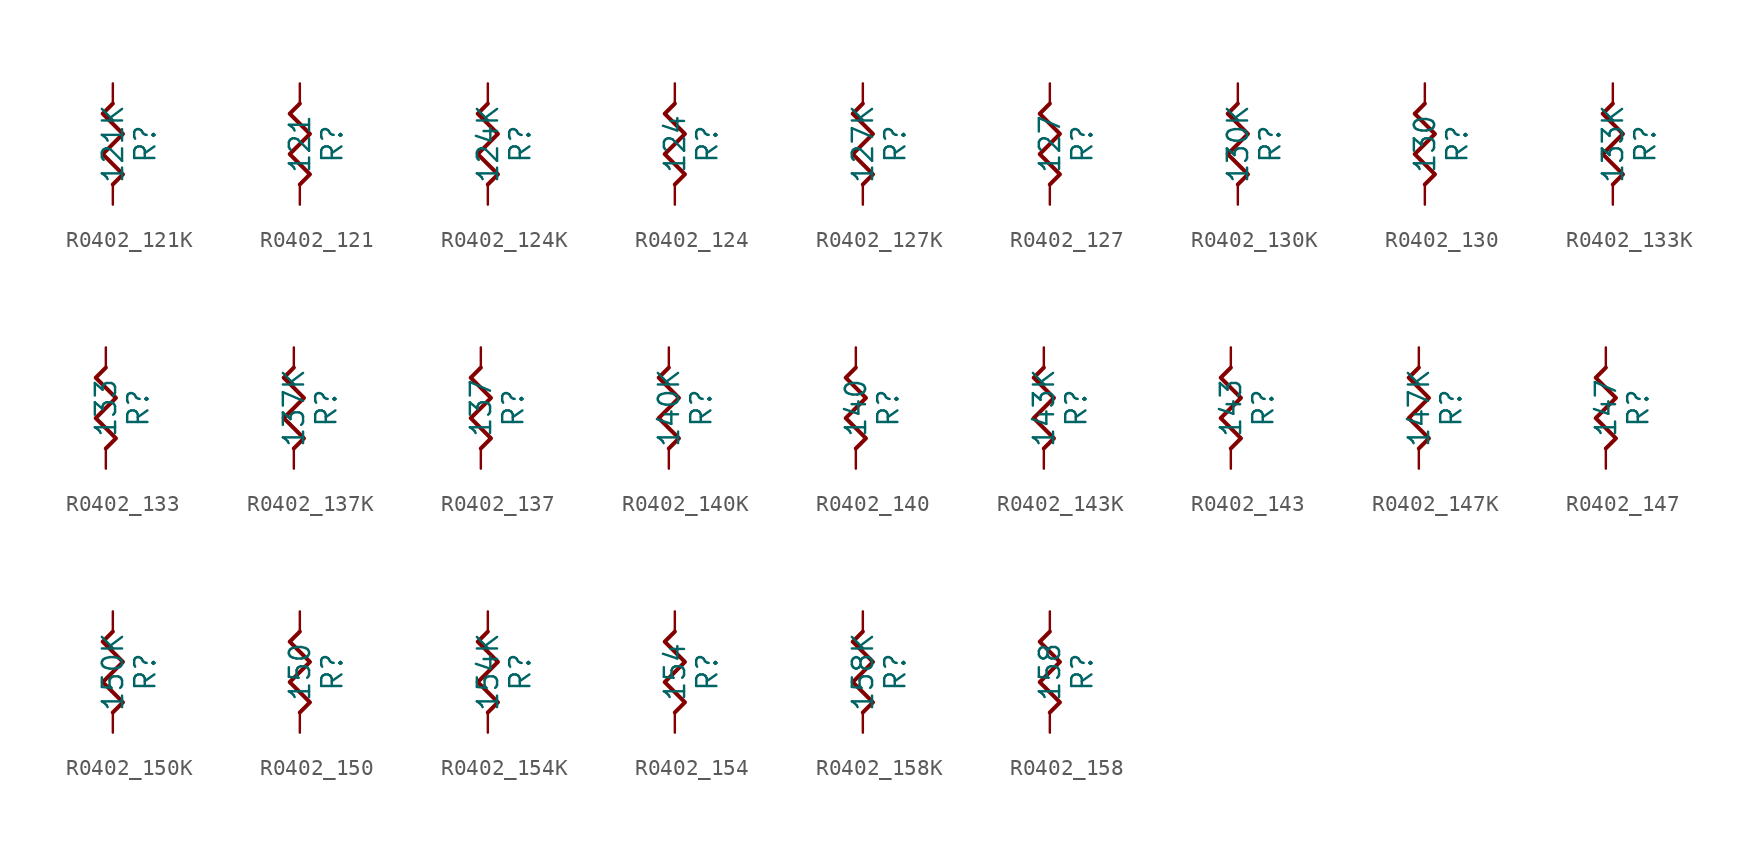
<source format=kicad_sym>
(kicad_symbol_lib
  (version 20211014)
  (generator atlantix-eda)
  (symbol "R0402_121K"
    (pin_numbers hide)
    (pin_names
      (offset 0))
    (property "Reference" "R"
      (at 2.032 0 90)
      (effects (font (size 1.27 1.27))))
    (property "Value" "121K"
      (at 0 0 90)
      (effects (font (size 1.27 1.27))))
    (symbol "R0402_121K_0_1"
      (polyline (pts (xy 0 -2.54) (xy 0.635 -1.905) (xy -0.635 -0.635) (xy 0.635 0.635) (xy -0.635 1.905) (xy 0 2.54)) (stroke (width 0.254) (type default) (color 0 0 0 0)) (fill (type none))))
    (symbol "R0402_121K_1_1"
      (pin passive line (at 0 3.81 270) (length 1.27) (name "~" (effects (font (size 1.27 1.27)))) (number "1" (effects (font (size 1.27 1.27)))))
      (pin passive line (at 0 -3.81 90) (length 1.27) (name "~" (effects (font (size 1.27 1.27)))) (number "2" (effects (font (size 1.27 1.27)))))))
  (symbol "R0402_121"
    (pin_numbers hide)
    (pin_names
      (offset 0))
    (property "Reference" "R"
      (at 2.032 0 90)
      (effects (font (size 1.27 1.27))))
    (property "Value" "121"
      (at 0 0 90)
      (effects (font (size 1.27 1.27))))
    (symbol "R0402_121_0_1"
      (polyline (pts (xy 0 -2.54) (xy 0.635 -1.905) (xy -0.635 -0.635) (xy 0.635 0.635) (xy -0.635 1.905) (xy 0 2.54)) (stroke (width 0.254) (type default) (color 0 0 0 0)) (fill (type none))))
    (symbol "R0402_121_1_1"
      (pin passive line (at 0 3.81 270) (length 1.27) (name "~" (effects (font (size 1.27 1.27)))) (number "1" (effects (font (size 1.27 1.27)))))
      (pin passive line (at 0 -3.81 90) (length 1.27) (name "~" (effects (font (size 1.27 1.27)))) (number "2" (effects (font (size 1.27 1.27)))))))
  (symbol "R0402_124K"
    (pin_numbers hide)
    (pin_names
      (offset 0))
    (property "Reference" "R"
      (at 2.032 0 90)
      (effects (font (size 1.27 1.27))))
    (property "Value" "124K"
      (at 0 0 90)
      (effects (font (size 1.27 1.27))))
    (symbol "R0402_124K_0_1"
      (polyline (pts (xy 0 -2.54) (xy 0.635 -1.905) (xy -0.635 -0.635) (xy 0.635 0.635) (xy -0.635 1.905) (xy 0 2.54)) (stroke (width 0.254) (type default) (color 0 0 0 0)) (fill (type none))))
    (symbol "R0402_124K_1_1"
      (pin passive line (at 0 3.81 270) (length 1.27) (name "~" (effects (font (size 1.27 1.27)))) (number "1" (effects (font (size 1.27 1.27)))))
      (pin passive line (at 0 -3.81 90) (length 1.27) (name "~" (effects (font (size 1.27 1.27)))) (number "2" (effects (font (size 1.27 1.27)))))))
  (symbol "R0402_124"
    (pin_numbers hide)
    (pin_names
      (offset 0))
    (property "Reference" "R"
      (at 2.032 0 90)
      (effects (font (size 1.27 1.27))))
    (property "Value" "124"
      (at 0 0 90)
      (effects (font (size 1.27 1.27))))
    (symbol "R0402_124_0_1"
      (polyline (pts (xy 0 -2.54) (xy 0.635 -1.905) (xy -0.635 -0.635) (xy 0.635 0.635) (xy -0.635 1.905) (xy 0 2.54)) (stroke (width 0.254) (type default) (color 0 0 0 0)) (fill (type none))))
    (symbol "R0402_124_1_1"
      (pin passive line (at 0 3.81 270) (length 1.27) (name "~" (effects (font (size 1.27 1.27)))) (number "1" (effects (font (size 1.27 1.27)))))
      (pin passive line (at 0 -3.81 90) (length 1.27) (name "~" (effects (font (size 1.27 1.27)))) (number "2" (effects (font (size 1.27 1.27)))))))
  (symbol "R0402_127K"
    (pin_numbers hide)
    (pin_names
      (offset 0))
    (property "Reference" "R"
      (at 2.032 0 90)
      (effects (font (size 1.27 1.27))))
    (property "Value" "127K"
      (at 0 0 90)
      (effects (font (size 1.27 1.27))))
    (symbol "R0402_127K_0_1"
      (polyline (pts (xy 0 -2.54) (xy 0.635 -1.905) (xy -0.635 -0.635) (xy 0.635 0.635) (xy -0.635 1.905) (xy 0 2.54)) (stroke (width 0.254) (type default) (color 0 0 0 0)) (fill (type none))))
    (symbol "R0402_127K_1_1"
      (pin passive line (at 0 3.81 270) (length 1.27) (name "~" (effects (font (size 1.27 1.27)))) (number "1" (effects (font (size 1.27 1.27)))))
      (pin passive line (at 0 -3.81 90) (length 1.27) (name "~" (effects (font (size 1.27 1.27)))) (number "2" (effects (font (size 1.27 1.27)))))))
  (symbol "R0402_127"
    (pin_numbers hide)
    (pin_names
      (offset 0))
    (property "Reference" "R"
      (at 2.032 0 90)
      (effects (font (size 1.27 1.27))))
    (property "Value" "127"
      (at 0 0 90)
      (effects (font (size 1.27 1.27))))
    (symbol "R0402_127_0_1"
      (polyline (pts (xy 0 -2.54) (xy 0.635 -1.905) (xy -0.635 -0.635) (xy 0.635 0.635) (xy -0.635 1.905) (xy 0 2.54)) (stroke (width 0.254) (type default) (color 0 0 0 0)) (fill (type none))))
    (symbol "R0402_127_1_1"
      (pin passive line (at 0 3.81 270) (length 1.27) (name "~" (effects (font (size 1.27 1.27)))) (number "1" (effects (font (size 1.27 1.27)))))
      (pin passive line (at 0 -3.81 90) (length 1.27) (name "~" (effects (font (size 1.27 1.27)))) (number "2" (effects (font (size 1.27 1.27)))))))
  (symbol "R0402_130K"
    (pin_numbers hide)
    (pin_names
      (offset 0))
    (property "Reference" "R"
      (at 2.032 0 90)
      (effects (font (size 1.27 1.27))))
    (property "Value" "130K"
      (at 0 0 90)
      (effects (font (size 1.27 1.27))))
    (symbol "R0402_130K_0_1"
      (polyline (pts (xy 0 -2.54) (xy 0.635 -1.905) (xy -0.635 -0.635) (xy 0.635 0.635) (xy -0.635 1.905) (xy 0 2.54)) (stroke (width 0.254) (type default) (color 0 0 0 0)) (fill (type none))))
    (symbol "R0402_130K_1_1"
      (pin passive line (at 0 3.81 270) (length 1.27) (name "~" (effects (font (size 1.27 1.27)))) (number "1" (effects (font (size 1.27 1.27)))))
      (pin passive line (at 0 -3.81 90) (length 1.27) (name "~" (effects (font (size 1.27 1.27)))) (number "2" (effects (font (size 1.27 1.27)))))))
  (symbol "R0402_130"
    (pin_numbers hide)
    (pin_names
      (offset 0))
    (property "Reference" "R"
      (at 2.032 0 90)
      (effects (font (size 1.27 1.27))))
    (property "Value" "130"
      (at 0 0 90)
      (effects (font (size 1.27 1.27))))
    (symbol "R0402_130_0_1"
      (polyline (pts (xy 0 -2.54) (xy 0.635 -1.905) (xy -0.635 -0.635) (xy 0.635 0.635) (xy -0.635 1.905) (xy 0 2.54)) (stroke (width 0.254) (type default) (color 0 0 0 0)) (fill (type none))))
    (symbol "R0402_130_1_1"
      (pin passive line (at 0 3.81 270) (length 1.27) (name "~" (effects (font (size 1.27 1.27)))) (number "1" (effects (font (size 1.27 1.27)))))
      (pin passive line (at 0 -3.81 90) (length 1.27) (name "~" (effects (font (size 1.27 1.27)))) (number "2" (effects (font (size 1.27 1.27)))))))
  (symbol "R0402_133K"
    (pin_numbers hide)
    (pin_names
      (offset 0))
    (property "Reference" "R"
      (at 2.032 0 90)
      (effects (font (size 1.27 1.27))))
    (property "Value" "133K"
      (at 0 0 90)
      (effects (font (size 1.27 1.27))))
    (symbol "R0402_133K_0_1"
      (polyline (pts (xy 0 -2.54) (xy 0.635 -1.905) (xy -0.635 -0.635) (xy 0.635 0.635) (xy -0.635 1.905) (xy 0 2.54)) (stroke (width 0.254) (type default) (color 0 0 0 0)) (fill (type none))))
    (symbol "R0402_133K_1_1"
      (pin passive line (at 0 3.81 270) (length 1.27) (name "~" (effects (font (size 1.27 1.27)))) (number "1" (effects (font (size 1.27 1.27)))))
      (pin passive line (at 0 -3.81 90) (length 1.27) (name "~" (effects (font (size 1.27 1.27)))) (number "2" (effects (font (size 1.27 1.27)))))))
  (symbol "R0402_133"
    (pin_numbers hide)
    (pin_names
      (offset 0))
    (property "Reference" "R"
      (at 2.032 0 90)
      (effects (font (size 1.27 1.27))))
    (property "Value" "133"
      (at 0 0 90)
      (effects (font (size 1.27 1.27))))
    (symbol "R0402_133_0_1"
      (polyline (pts (xy 0 -2.54) (xy 0.635 -1.905) (xy -0.635 -0.635) (xy 0.635 0.635) (xy -0.635 1.905) (xy 0 2.54)) (stroke (width 0.254) (type default) (color 0 0 0 0)) (fill (type none))))
    (symbol "R0402_133_1_1"
      (pin passive line (at 0 3.81 270) (length 1.27) (name "~" (effects (font (size 1.27 1.27)))) (number "1" (effects (font (size 1.27 1.27)))))
      (pin passive line (at 0 -3.81 90) (length 1.27) (name "~" (effects (font (size 1.27 1.27)))) (number "2" (effects (font (size 1.27 1.27)))))))
  (symbol "R0402_137K"
    (pin_numbers hide)
    (pin_names
      (offset 0))
    (property "Reference" "R"
      (at 2.032 0 90)
      (effects (font (size 1.27 1.27))))
    (property "Value" "137K"
      (at 0 0 90)
      (effects (font (size 1.27 1.27))))
    (symbol "R0402_137K_0_1"
      (polyline (pts (xy 0 -2.54) (xy 0.635 -1.905) (xy -0.635 -0.635) (xy 0.635 0.635) (xy -0.635 1.905) (xy 0 2.54)) (stroke (width 0.254) (type default) (color 0 0 0 0)) (fill (type none))))
    (symbol "R0402_137K_1_1"
      (pin passive line (at 0 3.81 270) (length 1.27) (name "~" (effects (font (size 1.27 1.27)))) (number "1" (effects (font (size 1.27 1.27)))))
      (pin passive line (at 0 -3.81 90) (length 1.27) (name "~" (effects (font (size 1.27 1.27)))) (number "2" (effects (font (size 1.27 1.27)))))))
  (symbol "R0402_137"
    (pin_numbers hide)
    (pin_names
      (offset 0))
    (property "Reference" "R"
      (at 2.032 0 90)
      (effects (font (size 1.27 1.27))))
    (property "Value" "137"
      (at 0 0 90)
      (effects (font (size 1.27 1.27))))
    (symbol "R0402_137_0_1"
      (polyline (pts (xy 0 -2.54) (xy 0.635 -1.905) (xy -0.635 -0.635) (xy 0.635 0.635) (xy -0.635 1.905) (xy 0 2.54)) (stroke (width 0.254) (type default) (color 0 0 0 0)) (fill (type none))))
    (symbol "R0402_137_1_1"
      (pin passive line (at 0 3.81 270) (length 1.27) (name "~" (effects (font (size 1.27 1.27)))) (number "1" (effects (font (size 1.27 1.27)))))
      (pin passive line (at 0 -3.81 90) (length 1.27) (name "~" (effects (font (size 1.27 1.27)))) (number "2" (effects (font (size 1.27 1.27)))))))
  (symbol "R0402_140K"
    (pin_numbers hide)
    (pin_names
      (offset 0))
    (property "Reference" "R"
      (at 2.032 0 90)
      (effects (font (size 1.27 1.27))))
    (property "Value" "140K"
      (at 0 0 90)
      (effects (font (size 1.27 1.27))))
    (symbol "R0402_140K_0_1"
      (polyline (pts (xy 0 -2.54) (xy 0.635 -1.905) (xy -0.635 -0.635) (xy 0.635 0.635) (xy -0.635 1.905) (xy 0 2.54)) (stroke (width 0.254) (type default) (color 0 0 0 0)) (fill (type none))))
    (symbol "R0402_140K_1_1"
      (pin passive line (at 0 3.81 270) (length 1.27) (name "~" (effects (font (size 1.27 1.27)))) (number "1" (effects (font (size 1.27 1.27)))))
      (pin passive line (at 0 -3.81 90) (length 1.27) (name "~" (effects (font (size 1.27 1.27)))) (number "2" (effects (font (size 1.27 1.27)))))))
  (symbol "R0402_140"
    (pin_numbers hide)
    (pin_names
      (offset 0))
    (property "Reference" "R"
      (at 2.032 0 90)
      (effects (font (size 1.27 1.27))))
    (property "Value" "140"
      (at 0 0 90)
      (effects (font (size 1.27 1.27))))
    (symbol "R0402_140_0_1"
      (polyline (pts (xy 0 -2.54) (xy 0.635 -1.905) (xy -0.635 -0.635) (xy 0.635 0.635) (xy -0.635 1.905) (xy 0 2.54)) (stroke (width 0.254) (type default) (color 0 0 0 0)) (fill (type none))))
    (symbol "R0402_140_1_1"
      (pin passive line (at 0 3.81 270) (length 1.27) (name "~" (effects (font (size 1.27 1.27)))) (number "1" (effects (font (size 1.27 1.27)))))
      (pin passive line (at 0 -3.81 90) (length 1.27) (name "~" (effects (font (size 1.27 1.27)))) (number "2" (effects (font (size 1.27 1.27)))))))
  (symbol "R0402_143K"
    (pin_numbers hide)
    (pin_names
      (offset 0))
    (property "Reference" "R"
      (at 2.032 0 90)
      (effects (font (size 1.27 1.27))))
    (property "Value" "143K"
      (at 0 0 90)
      (effects (font (size 1.27 1.27))))
    (symbol "R0402_143K_0_1"
      (polyline (pts (xy 0 -2.54) (xy 0.635 -1.905) (xy -0.635 -0.635) (xy 0.635 0.635) (xy -0.635 1.905) (xy 0 2.54)) (stroke (width 0.254) (type default) (color 0 0 0 0)) (fill (type none))))
    (symbol "R0402_143K_1_1"
      (pin passive line (at 0 3.81 270) (length 1.27) (name "~" (effects (font (size 1.27 1.27)))) (number "1" (effects (font (size 1.27 1.27)))))
      (pin passive line (at 0 -3.81 90) (length 1.27) (name "~" (effects (font (size 1.27 1.27)))) (number "2" (effects (font (size 1.27 1.27)))))))
  (symbol "R0402_143"
    (pin_numbers hide)
    (pin_names
      (offset 0))
    (property "Reference" "R"
      (at 2.032 0 90)
      (effects (font (size 1.27 1.27))))
    (property "Value" "143"
      (at 0 0 90)
      (effects (font (size 1.27 1.27))))
    (symbol "R0402_143_0_1"
      (polyline (pts (xy 0 -2.54) (xy 0.635 -1.905) (xy -0.635 -0.635) (xy 0.635 0.635) (xy -0.635 1.905) (xy 0 2.54)) (stroke (width 0.254) (type default) (color 0 0 0 0)) (fill (type none))))
    (symbol "R0402_143_1_1"
      (pin passive line (at 0 3.81 270) (length 1.27) (name "~" (effects (font (size 1.27 1.27)))) (number "1" (effects (font (size 1.27 1.27)))))
      (pin passive line (at 0 -3.81 90) (length 1.27) (name "~" (effects (font (size 1.27 1.27)))) (number "2" (effects (font (size 1.27 1.27)))))))
  (symbol "R0402_147K"
    (pin_numbers hide)
    (pin_names
      (offset 0))
    (property "Reference" "R"
      (at 2.032 0 90)
      (effects (font (size 1.27 1.27))))
    (property "Value" "147K"
      (at 0 0 90)
      (effects (font (size 1.27 1.27))))
    (symbol "R0402_147K_0_1"
      (polyline (pts (xy 0 -2.54) (xy 0.635 -1.905) (xy -0.635 -0.635) (xy 0.635 0.635) (xy -0.635 1.905) (xy 0 2.54)) (stroke (width 0.254) (type default) (color 0 0 0 0)) (fill (type none))))
    (symbol "R0402_147K_1_1"
      (pin passive line (at 0 3.81 270) (length 1.27) (name "~" (effects (font (size 1.27 1.27)))) (number "1" (effects (font (size 1.27 1.27)))))
      (pin passive line (at 0 -3.81 90) (length 1.27) (name "~" (effects (font (size 1.27 1.27)))) (number "2" (effects (font (size 1.27 1.27)))))))
  (symbol "R0402_147"
    (pin_numbers hide)
    (pin_names
      (offset 0))
    (property "Reference" "R"
      (at 2.032 0 90)
      (effects (font (size 1.27 1.27))))
    (property "Value" "147"
      (at 0 0 90)
      (effects (font (size 1.27 1.27))))
    (symbol "R0402_147_0_1"
      (polyline (pts (xy 0 -2.54) (xy 0.635 -1.905) (xy -0.635 -0.635) (xy 0.635 0.635) (xy -0.635 1.905) (xy 0 2.54)) (stroke (width 0.254) (type default) (color 0 0 0 0)) (fill (type none))))
    (symbol "R0402_147_1_1"
      (pin passive line (at 0 3.81 270) (length 1.27) (name "~" (effects (font (size 1.27 1.27)))) (number "1" (effects (font (size 1.27 1.27)))))
      (pin passive line (at 0 -3.81 90) (length 1.27) (name "~" (effects (font (size 1.27 1.27)))) (number "2" (effects (font (size 1.27 1.27)))))))
  (symbol "R0402_150K"
    (pin_numbers hide)
    (pin_names
      (offset 0))
    (property "Reference" "R"
      (at 2.032 0 90)
      (effects (font (size 1.27 1.27))))
    (property "Value" "150K"
      (at 0 0 90)
      (effects (font (size 1.27 1.27))))
    (symbol "R0402_150K_0_1"
      (polyline (pts (xy 0 -2.54) (xy 0.635 -1.905) (xy -0.635 -0.635) (xy 0.635 0.635) (xy -0.635 1.905) (xy 0 2.54)) (stroke (width 0.254) (type default) (color 0 0 0 0)) (fill (type none))))
    (symbol "R0402_150K_1_1"
      (pin passive line (at 0 3.81 270) (length 1.27) (name "~" (effects (font (size 1.27 1.27)))) (number "1" (effects (font (size 1.27 1.27)))))
      (pin passive line (at 0 -3.81 90) (length 1.27) (name "~" (effects (font (size 1.27 1.27)))) (number "2" (effects (font (size 1.27 1.27)))))))
  (symbol "R0402_150"
    (pin_numbers hide)
    (pin_names
      (offset 0))
    (property "Reference" "R"
      (at 2.032 0 90)
      (effects (font (size 1.27 1.27))))
    (property "Value" "150"
      (at 0 0 90)
      (effects (font (size 1.27 1.27))))
    (symbol "R0402_150_0_1"
      (polyline (pts (xy 0 -2.54) (xy 0.635 -1.905) (xy -0.635 -0.635) (xy 0.635 0.635) (xy -0.635 1.905) (xy 0 2.54)) (stroke (width 0.254) (type default) (color 0 0 0 0)) (fill (type none))))
    (symbol "R0402_150_1_1"
      (pin passive line (at 0 3.81 270) (length 1.27) (name "~" (effects (font (size 1.27 1.27)))) (number "1" (effects (font (size 1.27 1.27)))))
      (pin passive line (at 0 -3.81 90) (length 1.27) (name "~" (effects (font (size 1.27 1.27)))) (number "2" (effects (font (size 1.27 1.27)))))))
  (symbol "R0402_154K"
    (pin_numbers hide)
    (pin_names
      (offset 0))
    (property "Reference" "R"
      (at 2.032 0 90)
      (effects (font (size 1.27 1.27))))
    (property "Value" "154K"
      (at 0 0 90)
      (effects (font (size 1.27 1.27))))
    (symbol "R0402_154K_0_1"
      (polyline (pts (xy 0 -2.54) (xy 0.635 -1.905) (xy -0.635 -0.635) (xy 0.635 0.635) (xy -0.635 1.905) (xy 0 2.54)) (stroke (width 0.254) (type default) (color 0 0 0 0)) (fill (type none))))
    (symbol "R0402_154K_1_1"
      (pin passive line (at 0 3.81 270) (length 1.27) (name "~" (effects (font (size 1.27 1.27)))) (number "1" (effects (font (size 1.27 1.27)))))
      (pin passive line (at 0 -3.81 90) (length 1.27) (name "~" (effects (font (size 1.27 1.27)))) (number "2" (effects (font (size 1.27 1.27)))))))
  (symbol "R0402_154"
    (pin_numbers hide)
    (pin_names
      (offset 0))
    (property "Reference" "R"
      (at 2.032 0 90)
      (effects (font (size 1.27 1.27))))
    (property "Value" "154"
      (at 0 0 90)
      (effects (font (size 1.27 1.27))))
    (symbol "R0402_154_0_1"
      (polyline (pts (xy 0 -2.54) (xy 0.635 -1.905) (xy -0.635 -0.635) (xy 0.635 0.635) (xy -0.635 1.905) (xy 0 2.54)) (stroke (width 0.254) (type default) (color 0 0 0 0)) (fill (type none))))
    (symbol "R0402_154_1_1"
      (pin passive line (at 0 3.81 270) (length 1.27) (name "~" (effects (font (size 1.27 1.27)))) (number "1" (effects (font (size 1.27 1.27)))))
      (pin passive line (at 0 -3.81 90) (length 1.27) (name "~" (effects (font (size 1.27 1.27)))) (number "2" (effects (font (size 1.27 1.27)))))))
  (symbol "R0402_158K"
    (pin_numbers hide)
    (pin_names
      (offset 0))
    (property "Reference" "R"
      (at 2.032 0 90)
      (effects (font (size 1.27 1.27))))
    (property "Value" "158K"
      (at 0 0 90)
      (effects (font (size 1.27 1.27))))
    (symbol "R0402_158K_0_1"
      (polyline (pts (xy 0 -2.54) (xy 0.635 -1.905) (xy -0.635 -0.635) (xy 0.635 0.635) (xy -0.635 1.905) (xy 0 2.54)) (stroke (width 0.254) (type default) (color 0 0 0 0)) (fill (type none))))
    (symbol "R0402_158K_1_1"
      (pin passive line (at 0 3.81 270) (length 1.27) (name "~" (effects (font (size 1.27 1.27)))) (number "1" (effects (font (size 1.27 1.27)))))
      (pin passive line (at 0 -3.81 90) (length 1.27) (name "~" (effects (font (size 1.27 1.27)))) (number "2" (effects (font (size 1.27 1.27)))))))
  (symbol "R0402_158"
    (pin_numbers hide)
    (pin_names
      (offset 0))
    (property "Reference" "R"
      (at 2.032 0 90)
      (effects (font (size 1.27 1.27))))
    (property "Value" "158"
      (at 0 0 90)
      (effects (font (size 1.27 1.27))))
    (symbol "R0402_158_0_1"
      (polyline (pts (xy 0 -2.54) (xy 0.635 -1.905) (xy -0.635 -0.635) (xy 0.635 0.635) (xy -0.635 1.905) (xy 0 2.54)) (stroke (width 0.254) (type default) (color 0 0 0 0)) (fill (type none))))
    (symbol "R0402_158_1_1"
      (pin passive line (at 0 3.81 270) (length 1.27) (name "~" (effects (font (size 1.27 1.27)))) (number "1" (effects (font (size 1.27 1.27)))))
      (pin passive line (at 0 -3.81 90) (length 1.27) (name "~" (effects (font (size 1.27 1.27)))) (number "2" (effects (font (size 1.27 1.27))))))))
</source>
